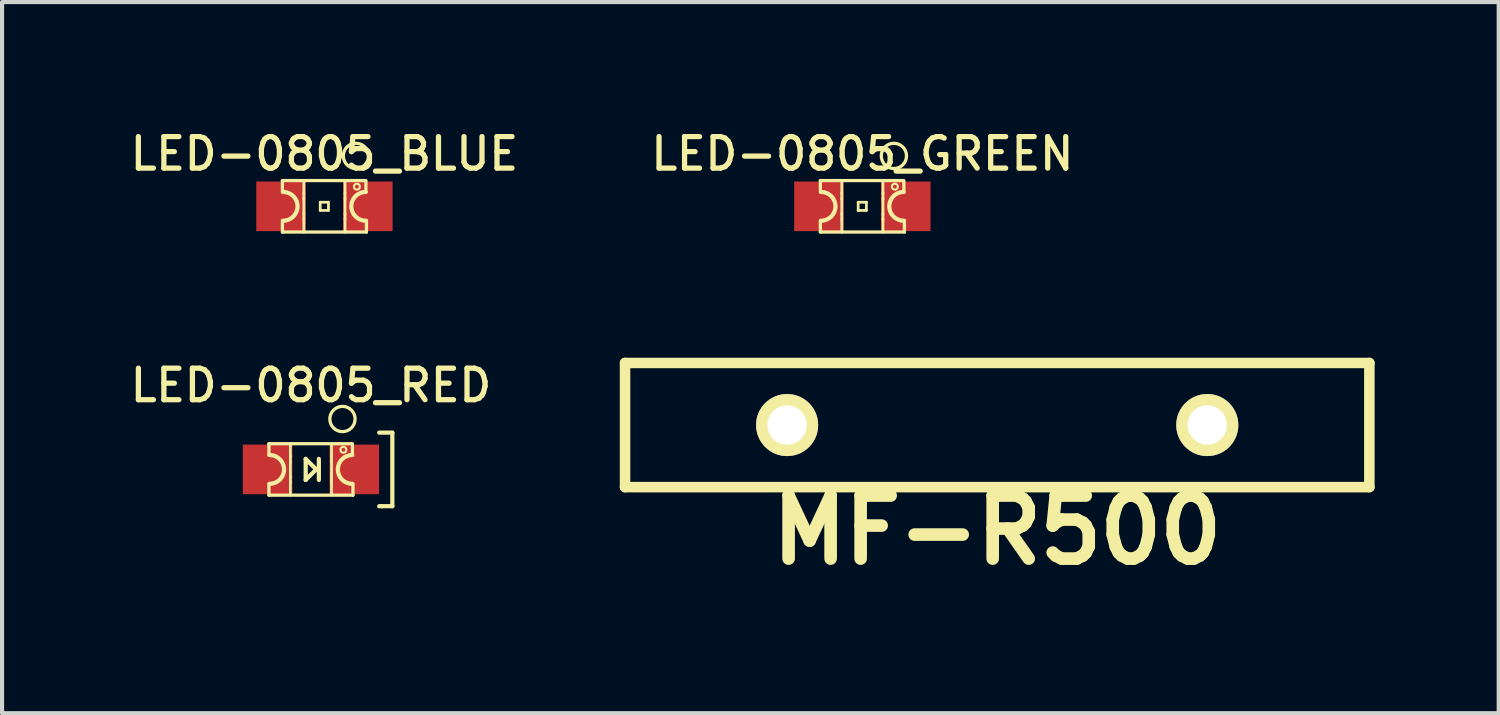
<source format=kicad_pcb>
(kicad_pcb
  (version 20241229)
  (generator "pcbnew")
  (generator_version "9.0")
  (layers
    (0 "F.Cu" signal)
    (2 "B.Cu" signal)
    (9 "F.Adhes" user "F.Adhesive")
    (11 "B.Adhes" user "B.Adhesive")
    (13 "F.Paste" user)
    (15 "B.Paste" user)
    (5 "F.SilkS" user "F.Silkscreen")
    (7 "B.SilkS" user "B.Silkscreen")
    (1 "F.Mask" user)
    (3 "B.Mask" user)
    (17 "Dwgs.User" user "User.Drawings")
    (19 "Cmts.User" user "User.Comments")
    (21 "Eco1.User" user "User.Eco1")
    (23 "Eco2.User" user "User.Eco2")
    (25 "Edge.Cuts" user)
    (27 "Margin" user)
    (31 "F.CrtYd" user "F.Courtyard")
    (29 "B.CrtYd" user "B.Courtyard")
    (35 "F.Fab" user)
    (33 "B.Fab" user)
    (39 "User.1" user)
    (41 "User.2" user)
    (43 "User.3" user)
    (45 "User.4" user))
  (footprint "MF-R500"
    (layer "F.Cu")
    (at 21.063 7.228)
    (property "Reference" "MF-R500" (at 0 2.54 0) (layer "F.SilkS") (effects (font (size 1.524 1.524) (thickness 0.305))))
    (attr through_hole)
    (fp_line (start -8.999 -1.501) (end 8.999 -1.501) (stroke (width 0.254) (type solid)) (layer "F.SilkS"))
    (fp_line (start -8.999 1.501) (end -8.999 -1.501) (stroke (width 0.254) (type solid)) (layer "F.SilkS"))
    (fp_line (start 8.999 -1.501) (end 8.999 1.501) (stroke (width 0.254) (type solid)) (layer "F.SilkS"))
    (fp_line (start 8.999 1.501) (end -8.999 1.501) (stroke (width 0.254) (type solid)) (layer "F.SilkS"))
    (pad "1" thru_hole circle (at -5.08 0 90) (size 1.501 1.501) (drill 0.95) (layers "*.Cu" "*.Mask" "F.SilkS"))
    (pad "2" thru_hole circle (at 5.08 0 90) (size 1.501 1.501) (drill 0.95) (layers "*.Cu" "*.Mask" "F.SilkS")))
  (footprint "LED-0805_RED"
    (layer "F.Cu")
    (at 4.469 8.301)
    (property "Reference" "LED-0805_RED" (at 0 -2.032 0) (layer "F.SilkS") (effects (font (size 0.762 0.762) (thickness 0.127))))
    (attr smd)
    (fp_line (start -1.016 -0.622) (end -1.016 -0.343) (stroke (width 0.079) (type solid)) (layer "F.SilkS"))
    (fp_line (start -1.016 -0.622) (end 1.003 -0.622) (stroke (width 0.079) (type solid)) (layer "F.SilkS"))
    (fp_line (start -1.016 0.343) (end -1.016 0.622) (stroke (width 0.079) (type solid)) (layer "F.SilkS"))
    (fp_line (start -1.016 0.622) (end 1.016 0.622) (stroke (width 0.079) (type solid)) (layer "F.SilkS"))
    (fp_line (start -0.498 -0.625) (end -0.498 -0.3) (stroke (width 0.066) (type solid)) (layer "F.SilkS"))
    (fp_line (start -0.498 -0.323) (end -0.498 -0.173) (stroke (width 0.066) (type solid)) (layer "F.SilkS"))
    (fp_line (start -0.498 -0.198) (end -0.498 0.198) (stroke (width 0.066) (type solid)) (layer "F.SilkS"))
    (fp_line (start -0.498 0.173) (end -0.498 0.323) (stroke (width 0.066) (type solid)) (layer "F.SilkS"))
    (fp_line (start -0.498 0.3) (end -0.498 0.625) (stroke (width 0.066) (type solid)) (layer "F.SilkS"))
    (fp_line (start -0.127 -0.254) (end -0.127 0.254) (stroke (width 0.102) (type solid)) (layer "F.SilkS"))
    (fp_line (start -0.127 0.254) (end 0.127 0) (stroke (width 0.102) (type solid)) (layer "F.SilkS"))
    (fp_line (start 0.127 0) (end -0.127 -0.254) (stroke (width 0.102) (type solid)) (layer "F.SilkS"))
    (fp_line (start 0.191 -0.254) (end 0.191 0.254) (stroke (width 0.102) (type solid)) (layer "F.SilkS"))
    (fp_line (start 0.498 -0.599) (end 0.498 -0.3) (stroke (width 0.066) (type solid)) (layer "F.SilkS"))
    (fp_line (start 0.498 -0.323) (end 0.498 -0.173) (stroke (width 0.066) (type solid)) (layer "F.SilkS"))
    (fp_line (start 0.498 -0.198) (end 0.498 0.198) (stroke (width 0.066) (type solid)) (layer "F.SilkS"))
    (fp_line (start 0.498 0.173) (end 0.498 0.323) (stroke (width 0.066) (type solid)) (layer "F.SilkS"))
    (fp_line (start 0.498 0.3) (end 0.498 0.625) (stroke (width 0.066) (type solid)) (layer "F.SilkS"))
    (fp_line (start 1.003 -0.343) (end 1.003 -0.597) (stroke (width 0.079) (type solid)) (layer "F.SilkS"))
    (fp_line (start 1.016 0.343) (end 1.016 0.622) (stroke (width 0.079) (type solid)) (layer "F.SilkS"))
    (fp_line (start 1.651 0.889) (end 1.714 0.889) (stroke (width 0.102) (type solid)) (layer "F.SilkS"))
    (fp_line (start 1.714 0.889) (end 1.968 0.889) (stroke (width 0.102) (type solid)) (layer "F.SilkS"))
    (fp_line (start 1.968 -0.889) (end 1.651 -0.889) (stroke (width 0.102) (type solid)) (layer "F.SilkS"))
    (fp_line (start 1.968 -0.889) (end 1.968 0.889) (stroke (width 0.102) (type solid)) (layer "F.SilkS"))
    (fp_arc (start -0.99822 -0.34798) (mid -0.65024 0) (end -0.99822 0.34798) (stroke (width 0.1016) (type solid)) (layer "F.SilkS"))
    (fp_arc (start 0.99822 0.34798) (mid 0.65024 0) (end 0.99822 -0.34798) (stroke (width 0.1016) (type solid)) (layer "F.SilkS"))
    (fp_circle (center 0.762 -1.219) (end 1.054 -1.13) (stroke (width 0.079) (type solid)) (fill no) (layer "F.SilkS"))
    (fp_circle (center 0.785 -0.475) (end 0.836 -0.526) (stroke (width 0.051) (type solid)) (fill no) (layer "F.SilkS"))
    (pad "1" smd rect (at -1.049 0) (size 1.199 1.199) (layers "F.Cu" "F.Mask" "F.Paste"))
    (pad "2" smd rect (at 1.049 0) (size 1.199 1.199) (layers "F.Cu" "F.Mask" "F.Paste")))
  (footprint "LED-0805_BLUE"
    (layer "F.Cu")
    (at 4.795 1.939)
    (property "Reference" "LED-0805_BLUE" (at 0 -1.27 0) (layer "F.SilkS") (effects (font (size 0.762 0.762) (thickness 0.127))))
    (attr smd)
    (fp_line (start -1.016 -0.622) (end -1.016 -0.343) (stroke (width 0.079) (type solid)) (layer "F.SilkS"))
    (fp_line (start -1.016 -0.622) (end 1.003 -0.622) (stroke (width 0.079) (type solid)) (layer "F.SilkS"))
    (fp_line (start -1.016 0.343) (end -1.016 0.622) (stroke (width 0.079) (type solid)) (layer "F.SilkS"))
    (fp_line (start -1.016 0.622) (end 1.016 0.622) (stroke (width 0.079) (type solid)) (layer "F.SilkS"))
    (fp_line (start -0.498 -0.625) (end -0.498 -0.3) (stroke (width 0.066) (type solid)) (layer "F.SilkS"))
    (fp_line (start -0.498 -0.323) (end -0.498 -0.173) (stroke (width 0.066) (type solid)) (layer "F.SilkS"))
    (fp_line (start -0.498 -0.198) (end -0.498 0.198) (stroke (width 0.066) (type solid)) (layer "F.SilkS"))
    (fp_line (start -0.498 0.173) (end -0.498 0.323) (stroke (width 0.066) (type solid)) (layer "F.SilkS"))
    (fp_line (start -0.498 0.3) (end -0.498 0.625) (stroke (width 0.066) (type solid)) (layer "F.SilkS"))
    (fp_line (start -0.102 -0.099) (end -0.102 0.099) (stroke (width 0.066) (type solid)) (layer "F.SilkS"))
    (fp_line (start -0.102 -0.099) (end 0.097 -0.099) (stroke (width 0.066) (type solid)) (layer "F.SilkS"))
    (fp_line (start -0.102 0.099) (end 0.097 0.099) (stroke (width 0.066) (type solid)) (layer "F.SilkS"))
    (fp_line (start 0.097 -0.099) (end 0.097 0.099) (stroke (width 0.066) (type solid)) (layer "F.SilkS"))
    (fp_line (start 0.498 -0.599) (end 0.498 -0.3) (stroke (width 0.066) (type solid)) (layer "F.SilkS"))
    (fp_line (start 0.498 -0.323) (end 0.498 -0.173) (stroke (width 0.066) (type solid)) (layer "F.SilkS"))
    (fp_line (start 0.498 -0.198) (end 0.498 0.198) (stroke (width 0.066) (type solid)) (layer "F.SilkS"))
    (fp_line (start 0.498 0.173) (end 0.498 0.323) (stroke (width 0.066) (type solid)) (layer "F.SilkS"))
    (fp_line (start 0.498 0.3) (end 0.498 0.625) (stroke (width 0.066) (type solid)) (layer "F.SilkS"))
    (fp_line (start 1.003 -0.343) (end 1.003 -0.597) (stroke (width 0.079) (type solid)) (layer "F.SilkS"))
    (fp_line (start 1.016 0.343) (end 1.016 0.622) (stroke (width 0.079) (type solid)) (layer "F.SilkS"))
    (fp_arc (start -0.99822 -0.34798) (mid -0.65024 0) (end -0.99822 0.34798) (stroke (width 0.1016) (type solid)) (layer "F.SilkS"))
    (fp_arc (start 0.99822 0.34798) (mid 0.65024 0) (end 0.99822 -0.34798) (stroke (width 0.1016) (type solid)) (layer "F.SilkS"))
    (fp_circle (center 0.762 -1.219) (end 1.054 -1.13) (stroke (width 0.079) (type solid)) (fill no) (layer "F.SilkS"))
    (fp_circle (center 0.785 -0.475) (end 0.836 -0.526) (stroke (width 0.051) (type solid)) (fill no) (layer "F.SilkS"))
    (pad "1" smd rect (at -1.049 0) (size 1.199 1.199) (layers "F.Cu" "F.Mask" "F.Paste"))
    (pad "2" smd rect (at 1.049 0) (size 1.199 1.199) (layers "F.Cu" "F.Mask" "F.Paste")))
  (footprint "LED-0805_GREEN"
    (layer "F.Cu")
    (at 17.803 1.939)
    (property "Reference" "LED-0805_GREEN" (at 0 -1.27 0) (layer "F.SilkS") (effects (font (size 0.762 0.762) (thickness 0.127))))
    (attr smd)
    (fp_line (start -1.016 -0.622) (end -1.016 -0.343) (stroke (width 0.079) (type solid)) (layer "F.SilkS"))
    (fp_line (start -1.016 -0.622) (end 1.003 -0.622) (stroke (width 0.079) (type solid)) (layer "F.SilkS"))
    (fp_line (start -1.016 0.343) (end -1.016 0.622) (stroke (width 0.079) (type solid)) (layer "F.SilkS"))
    (fp_line (start -1.016 0.622) (end 1.016 0.622) (stroke (width 0.079) (type solid)) (layer "F.SilkS"))
    (fp_line (start -0.498 -0.625) (end -0.498 -0.3) (stroke (width 0.066) (type solid)) (layer "F.SilkS"))
    (fp_line (start -0.498 -0.323) (end -0.498 -0.173) (stroke (width 0.066) (type solid)) (layer "F.SilkS"))
    (fp_line (start -0.498 -0.198) (end -0.498 0.198) (stroke (width 0.066) (type solid)) (layer "F.SilkS"))
    (fp_line (start -0.498 0.173) (end -0.498 0.323) (stroke (width 0.066) (type solid)) (layer "F.SilkS"))
    (fp_line (start -0.498 0.3) (end -0.498 0.625) (stroke (width 0.066) (type solid)) (layer "F.SilkS"))
    (fp_line (start -0.102 -0.099) (end -0.102 0.099) (stroke (width 0.066) (type solid)) (layer "F.SilkS"))
    (fp_line (start -0.102 -0.099) (end 0.097 -0.099) (stroke (width 0.066) (type solid)) (layer "F.SilkS"))
    (fp_line (start -0.102 0.099) (end 0.097 0.099) (stroke (width 0.066) (type solid)) (layer "F.SilkS"))
    (fp_line (start 0.097 -0.099) (end 0.097 0.099) (stroke (width 0.066) (type solid)) (layer "F.SilkS"))
    (fp_line (start 0.498 -0.599) (end 0.498 -0.3) (stroke (width 0.066) (type solid)) (layer "F.SilkS"))
    (fp_line (start 0.498 -0.323) (end 0.498 -0.173) (stroke (width 0.066) (type solid)) (layer "F.SilkS"))
    (fp_line (start 0.498 -0.198) (end 0.498 0.198) (stroke (width 0.066) (type solid)) (layer "F.SilkS"))
    (fp_line (start 0.498 0.173) (end 0.498 0.323) (stroke (width 0.066) (type solid)) (layer "F.SilkS"))
    (fp_line (start 0.498 0.3) (end 0.498 0.625) (stroke (width 0.066) (type solid)) (layer "F.SilkS"))
    (fp_line (start 1.003 -0.343) (end 1.003 -0.597) (stroke (width 0.079) (type solid)) (layer "F.SilkS"))
    (fp_line (start 1.016 0.343) (end 1.016 0.622) (stroke (width 0.079) (type solid)) (layer "F.SilkS"))
    (fp_arc (start -0.99822 -0.34798) (mid -0.65024 0) (end -0.99822 0.34798) (stroke (width 0.1016) (type solid)) (layer "F.SilkS"))
    (fp_arc (start 0.99822 0.34798) (mid 0.65024 0) (end 0.99822 -0.34798) (stroke (width 0.1016) (type solid)) (layer "F.SilkS"))
    (fp_circle (center 0.762 -1.219) (end 1.054 -1.13) (stroke (width 0.079) (type solid)) (fill no) (layer "F.SilkS"))
    (fp_circle (center 0.785 -0.475) (end 0.836 -0.526) (stroke (width 0.051) (type solid)) (fill no) (layer "F.SilkS"))
    (pad "1" smd rect (at -1.049 0) (size 1.199 1.199) (layers "F.Cu" "F.Mask" "F.Paste"))
    (pad "2" smd rect (at 1.049 0) (size 1.199 1.199) (layers "F.Cu" "F.Mask" "F.Paste")))
  (gr_rect
    (start -3 -3)
    (end 33.19 14.195)
    (stroke (width 0.1) (type default))
    (fill no)
    (layer "Edge.Cuts")))
</source>
